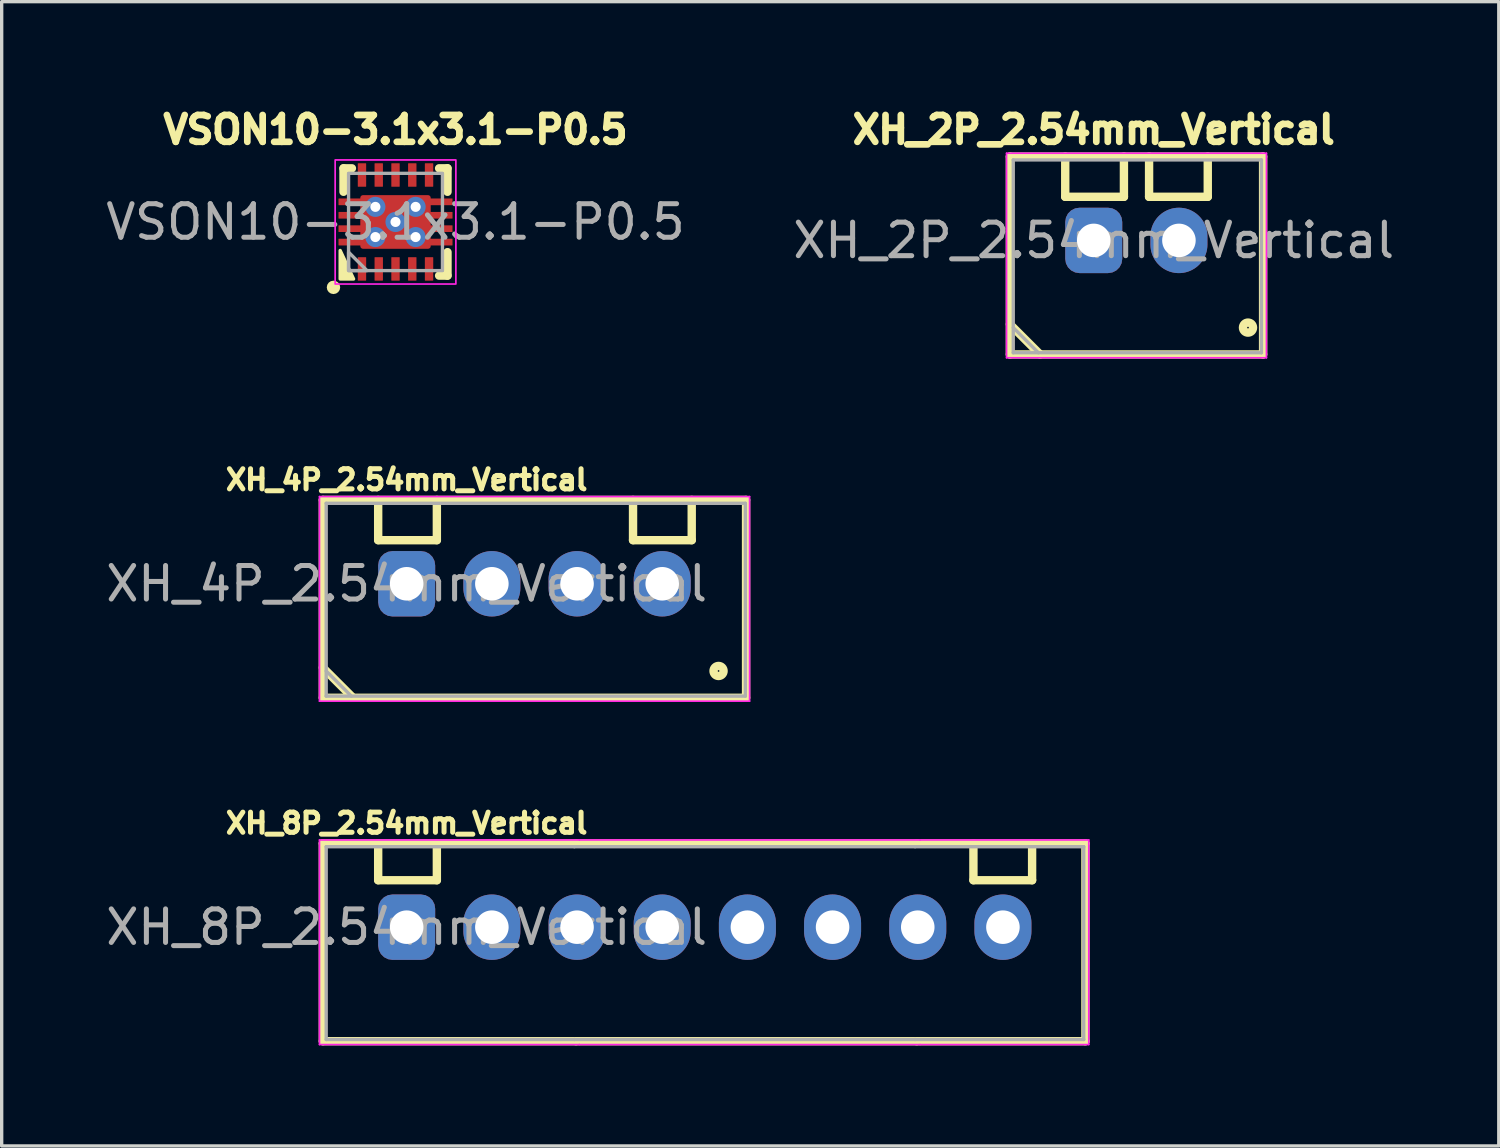
<source format=kicad_pcb>
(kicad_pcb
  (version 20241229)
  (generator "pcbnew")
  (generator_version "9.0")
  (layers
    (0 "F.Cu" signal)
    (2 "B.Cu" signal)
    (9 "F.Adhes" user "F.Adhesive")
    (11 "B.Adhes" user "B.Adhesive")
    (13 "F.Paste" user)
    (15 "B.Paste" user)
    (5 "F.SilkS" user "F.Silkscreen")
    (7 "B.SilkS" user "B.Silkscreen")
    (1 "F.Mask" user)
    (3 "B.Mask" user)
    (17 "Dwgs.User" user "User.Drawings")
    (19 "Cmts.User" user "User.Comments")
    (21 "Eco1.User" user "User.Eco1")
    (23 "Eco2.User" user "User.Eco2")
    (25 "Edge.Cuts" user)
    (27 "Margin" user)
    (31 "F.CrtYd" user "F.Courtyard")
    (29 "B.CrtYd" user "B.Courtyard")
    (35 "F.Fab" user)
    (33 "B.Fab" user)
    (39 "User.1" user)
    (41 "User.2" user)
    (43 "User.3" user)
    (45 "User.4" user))
  (footprint "XH_8P_2.54mm_Vertical"
    (layer "F.Cu")
    (at 9.077 24.598)
    (property "Reference" "XH_8P_2.54mm_Vertical" (at 0 -3.1 0) (unlocked yes) (layer "F.SilkS") (effects (font (size 0.6 0.6) (thickness 0.15))))
    (attr through_hole)
    (fp_line (start -2.5 -2.5) (end 5.05 -2.5) (stroke (width 0.25) (type solid)) (layer "F.SilkS"))
    (fp_line (start -2.5 3.4) (end -2.5 -2.5) (stroke (width 0.25) (type solid)) (layer "F.SilkS"))
    (fp_line (start -2.5 3.4) (end 5.05 3.4) (stroke (width 0.25) (type solid)) (layer "F.SilkS"))
    (fp_line (start -0.85 -2.5) (end -0.85 -1.4) (stroke (width 0.25) (type solid)) (layer "F.SilkS"))
    (fp_line (start -0.85 -1.4) (end 0.9 -1.4) (stroke (width 0.25) (type solid)) (layer "F.SilkS"))
    (fp_line (start 0.9 -1.4) (end 0.9 -2.5) (stroke (width 0.25) (type solid)) (layer "F.SilkS"))
    (fp_line (start 5.05 -2.5) (end 15.21 -2.5) (stroke (width 0.25) (type solid)) (layer "F.SilkS"))
    (fp_line (start 5.05 3.4) (end 15.21 3.4) (stroke (width 0.25) (type solid)) (layer "F.SilkS"))
    (fp_line (start 15.21 -2.5) (end 20.24 -2.5) (stroke (width 0.25) (type solid)) (layer "F.SilkS"))
    (fp_line (start 15.21 3.4) (end 20.24 3.4) (stroke (width 0.25) (type solid)) (layer "F.SilkS"))
    (fp_line (start 16.9 -2.5) (end 16.9 -1.4) (stroke (width 0.25) (type solid)) (layer "F.SilkS"))
    (fp_line (start 16.9 -1.4) (end 18.65 -1.4) (stroke (width 0.25) (type solid)) (layer "F.SilkS"))
    (fp_line (start 18.65 -1.4) (end 18.65 -2.5) (stroke (width 0.25) (type solid)) (layer "F.SilkS"))
    (fp_line (start 20.24 3.4) (end 20.24 -2.5) (stroke (width 0.25) (type solid)) (layer "F.SilkS"))
    (fp_line (start -2.6 -2.6) (end -2.6 3.5) (stroke (width 0.05) (type solid)) (layer "F.CrtYd"))
    (fp_line (start -2.6 -2.6) (end 5.15 -2.6) (stroke (width 0.05) (type solid)) (layer "F.CrtYd"))
    (fp_line (start -2.6 3.5) (end 5.15 3.5) (stroke (width 0.05) (type solid)) (layer "F.CrtYd"))
    (fp_line (start 5.15 -2.6) (end 15.31 -2.6) (stroke (width 0.05) (type solid)) (layer "F.CrtYd"))
    (fp_line (start 5.15 3.5) (end 15.31 3.5) (stroke (width 0.05) (type solid)) (layer "F.CrtYd"))
    (fp_line (start 15.31 -2.6) (end 20.34 -2.6) (stroke (width 0.05) (type solid)) (layer "F.CrtYd"))
    (fp_line (start 15.31 3.5) (end 20.34 3.5) (stroke (width 0.05) (type solid)) (layer "F.CrtYd"))
    (fp_line (start 20.34 -2.6) (end 20.34 3.5) (stroke (width 0.05) (type solid)) (layer "F.CrtYd"))
    (fp_line (start -2.4 3.35) (end -2.4 -2.4) (stroke (width 0.1) (type solid)) (layer "F.Fab"))
    (fp_line (start 5 -2.4) (end -2.4 -2.4) (stroke (width 0.1) (type solid)) (layer "F.Fab"))
    (fp_line (start 5 -2.4) (end 15.16 -2.4) (stroke (width 0.1) (type solid)) (layer "F.Fab"))
    (fp_line (start 5 3.35) (end -2.4 3.35) (stroke (width 0.1) (type solid)) (layer "F.Fab"))
    (fp_line (start 5 3.35) (end 15.16 3.35) (stroke (width 0.1) (type solid)) (layer "F.Fab"))
    (fp_line (start 15.16 -2.4) (end 20.19 -2.4) (stroke (width 0.1) (type solid)) (layer "F.Fab"))
    (fp_line (start 15.16 3.35) (end 20.19 3.35) (stroke (width 0.1) (type solid)) (layer "F.Fab"))
    (fp_line (start 20.19 3.35) (end 20.19 -2.4) (stroke (width 0.1) (type solid)) (layer "F.Fab"))
    (fp_text user "${REFERENCE}" (at 0 0 0) (unlocked yes) (layer "F.Fab") (effects (font (size 1 1) (thickness 0.15))))
    (pad "1" thru_hole roundrect (at 0 0 90) (size 1.95 1.7) (drill 1) (layers "*.Cu" "*.Mask") (roundrect_rratio 0.25))
    (pad "2" thru_hole oval (at 2.54 0 90) (size 1.95 1.7) (drill 1) (layers "*.Cu" "*.Mask"))
    (pad "3" thru_hole oval (at 5.08 0 90) (size 1.95 1.7) (drill 1) (layers "*.Cu" "*.Mask"))
    (pad "4" thru_hole oval (at 7.62 0 90) (size 1.95 1.7) (drill 1) (layers "*.Cu" "*.Mask"))
    (pad "5" thru_hole oval (at 10.16 0 90) (size 1.95 1.7) (drill 1) (layers "*.Cu" "*.Mask"))
    (pad "6" thru_hole oval (at 12.7 0 90) (size 1.95 1.7) (drill 1) (layers "*.Cu" "*.Mask"))
    (pad "7" thru_hole oval (at 15.24 0 90) (size 1.95 1.7) (drill 1) (layers "*.Cu" "*.Mask"))
    (pad "8" thru_hole oval (at 17.78 0 90) (size 1.95 1.7) (drill 1) (layers "*.Cu" "*.Mask")))
  (footprint "VSON10-3.1x3.1-P0.5"
    (layer "F.Cu")
    (at 8.744 3.569)
    (property "Reference" "VSON10-3.1x3.1-P0.5" (at 0 -2.75 0) (unlocked yes) (layer "F.SilkS") (effects (font (size 0.8 0.8) (thickness 0.2) (bold yes))))
    (attr smd)
    (fp_line (start -1.55 -1.6) (end -1.3 -1.6) (stroke (width 0.25) (type default)) (layer "F.SilkS"))
    (fp_line (start -1.55 -0.9) (end -1.55 -1.6) (stroke (width 0.25) (type default)) (layer "F.SilkS"))
    (fp_line (start 1.55 -1.6) (end 1.3 -1.6) (stroke (width 0.25) (type default)) (layer "F.SilkS"))
    (fp_line (start 1.55 -0.9) (end 1.55 -1.6) (stroke (width 0.25) (type default)) (layer "F.SilkS"))
    (fp_line (start 1.55 0.9) (end 1.55 1.6) (stroke (width 0.25) (type default)) (layer "F.SilkS"))
    (fp_line (start 1.55 1.6) (end 1.3 1.6) (stroke (width 0.25) (type default)) (layer "F.SilkS"))
    (fp_circle (center -1.85 1.95) (end -1.85 1.85) (stroke (width 0.2) (type default)) (fill no) (layer "F.SilkS"))
    (fp_poly (pts (xy -1.65 0.85) (xy -1.65 1.7) (xy -1.25 1.7)) (stroke (width 0.1) (type solid)) (fill yes) (layer "F.SilkS"))
    (fp_rect (start -1.8 1.85) (end 1.8 -1.85) (stroke (width 0.05) (type default)) (fill no) (layer "F.CrtYd"))
    (fp_rect (start -1.4 1.45) (end 1.4 -1.45) (stroke (width 0.1) (type default)) (fill no) (layer "F.Fab"))
    (fp_poly (pts (xy -1.4 0.9) (xy -1.4 1.45) (xy -0.85 1.45)) (stroke (width 0.1) (type solid)) (fill no) (layer "F.Fab"))
    (fp_text user "${REFERENCE}" (at 0 0 0) (unlocked yes) (layer "F.Fab") (effects (font (size 1 1) (thickness 0.15))))
    (pad "1" smd roundrect (at -1 1.4 90) (size 0.7 0.25) (layers "F.Cu" "F.Mask" "F.Paste") (roundrect_rratio 0.05))
    (pad "2" smd roundrect (at -0.5 1.4 90) (size 0.7 0.25) (layers "F.Cu" "F.Mask" "F.Paste") (roundrect_rratio 0.05))
    (pad "3" smd roundrect (at 0 1.4 90) (size 0.7 0.25) (layers "F.Cu" "F.Mask" "F.Paste") (roundrect_rratio 0.05))
    (pad "4" smd roundrect (at 0.5 1.4 90) (size 0.7 0.25) (layers "F.Cu" "F.Mask" "F.Paste") (roundrect_rratio 0.05))
    (pad "5" smd roundrect (at 1 1.4 90) (size 0.7 0.25) (layers "F.Cu" "F.Mask" "F.Paste") (roundrect_rratio 0.05))
    (pad "6" smd roundrect (at 1 -1.4 90) (size 0.7 0.25) (layers "F.Cu" "F.Mask" "F.Paste") (roundrect_rratio 0.05))
    (pad "7" smd roundrect (at 0.5 -1.4 90) (size 0.7 0.25) (layers "F.Cu" "F.Mask" "F.Paste") (roundrect_rratio 0.05))
    (pad "8" smd roundrect (at 0 -1.4 90) (size 0.7 0.25) (layers "F.Cu" "F.Mask" "F.Paste") (roundrect_rratio 0.05))
    (pad "9" smd roundrect (at -0.5 -1.4 90) (size 0.7 0.25) (layers "F.Cu" "F.Mask" "F.Paste") (roundrect_rratio 0.05))
    (pad "10" smd roundrect (at -1 -1.4 90) (size 0.7 0.25) (layers "F.Cu" "F.Mask" "F.Paste") (roundrect_rratio 0.05))
    (pad "11" smd roundrect (at -1.3 -0.6 90) (size 0.2 0.8) (layers "F.Cu" "F.Mask" "F.Paste") (roundrect_rratio 0.05))
    (pad "11" smd roundrect (at -1.3 -0.2 90) (size 0.2 0.8) (layers "F.Cu" "F.Mask" "F.Paste") (roundrect_rratio 0.05))
    (pad "11" smd roundrect (at -1.3 0.2 90) (size 0.2 0.8) (layers "F.Cu" "F.Mask" "F.Paste") (roundrect_rratio 0.05))
    (pad "11" smd roundrect (at -1.3 0.6 90) (size 0.2 0.8) (layers "F.Cu" "F.Mask" "F.Paste") (roundrect_rratio 0.05))
    (pad "11" thru_hole circle (at -0.6 -0.45 90) (size 0.6 0.6) (drill 0.3) (layers "*.Cu" "*.Mask"))
    (pad "11" thru_hole circle (at -0.6 0.45 90) (size 0.6 0.6) (drill 0.3) (layers "*.Cu" "*.Mask"))
    (pad "11" thru_hole circle (at 0 0 90) (size 0.6 0.6) (drill 0.3) (layers "*.Cu" "*.Mask"))
    (pad "11" smd roundrect (at 0 0 90) (size 1.6 2.1) (layers "F.Cu" "F.Mask" "F.Paste") (roundrect_rratio 0.05))
    (pad "11" thru_hole circle (at 0.6 -0.45 90) (size 0.6 0.6) (drill 0.3) (layers "*.Cu" "*.Mask"))
    (pad "11" thru_hole circle (at 0.6 0.45 90) (size 0.6 0.6) (drill 0.3) (layers "*.Cu" "*.Mask"))
    (pad "11" smd roundrect (at 1.3 -0.6 90) (size 0.2 0.8) (layers "F.Cu" "F.Mask" "F.Paste") (roundrect_rratio 0.05))
    (pad "11" smd roundrect (at 1.3 -0.2 90) (size 0.2 0.8) (layers "F.Cu" "F.Mask" "F.Paste") (roundrect_rratio 0.05))
    (pad "11" smd roundrect (at 1.3 0.2 90) (size 0.2 0.8) (layers "F.Cu" "F.Mask" "F.Paste") (roundrect_rratio 0.05))
    (pad "11" smd roundrect (at 1.3 0.6 90) (size 0.2 0.8) (layers "F.Cu" "F.Mask" "F.Paste") (roundrect_rratio 0.05)))
  (footprint "XH_2P_2.54mm_Vertical"
    (layer "F.Cu")
    (at 29.565 4.119)
    (property "Reference" "XH_2P_2.54mm_Vertical" (at 0 -3.3 0) (unlocked yes) (layer "F.SilkS") (effects (font (size 0.8 0.8) (thickness 0.2) (bold yes))))
    (attr through_hole)
    (fp_line (start -2.5 -2.5) (end 5.05 -2.5) (stroke (width 0.25) (type solid)) (layer "F.SilkS"))
    (fp_line (start -2.5 2.5) (end -1.6 3.4) (stroke (width 0.25) (type solid)) (layer "F.SilkS"))
    (fp_line (start -2.5 3.4) (end -2.5 -2.5) (stroke (width 0.25) (type solid)) (layer "F.SilkS"))
    (fp_line (start -2.5 3.4) (end 5.05 3.4) (stroke (width 0.25) (type solid)) (layer "F.SilkS"))
    (fp_line (start -0.85 -2.5) (end -0.85 -1.3) (stroke (width 0.25) (type solid)) (layer "F.SilkS"))
    (fp_line (start -0.85 -1.3) (end 0.9 -1.3) (stroke (width 0.25) (type solid)) (layer "F.SilkS"))
    (fp_line (start 0.9 -1.3) (end 0.9 -2.5) (stroke (width 0.25) (type solid)) (layer "F.SilkS"))
    (fp_line (start 1.65 -2.5) (end 1.65 -1.3) (stroke (width 0.25) (type solid)) (layer "F.SilkS"))
    (fp_line (start 1.65 -1.3) (end 3.4 -1.3) (stroke (width 0.25) (type solid)) (layer "F.SilkS"))
    (fp_line (start 3.4 -1.3) (end 3.4 -2.5) (stroke (width 0.25) (type solid)) (layer "F.SilkS"))
    (fp_line (start 5.05 3.4) (end 5.05 -2.5) (stroke (width 0.25) (type solid)) (layer "F.SilkS"))
    (fp_circle (center 4.6 2.6) (end 4.6 2.45) (stroke (width 0.25) (type solid)) (fill no) (layer "F.SilkS"))
    (fp_line (start -2.6 -2.6) (end -2.6 3.5) (stroke (width 0.05) (type solid)) (layer "F.CrtYd"))
    (fp_line (start -2.6 -2.6) (end 5.15 -2.6) (stroke (width 0.05) (type solid)) (layer "F.CrtYd"))
    (fp_line (start -2.6 3.5) (end 5.15 3.5) (stroke (width 0.05) (type solid)) (layer "F.CrtYd"))
    (fp_line (start 5.15 -2.6) (end 5.15 3.5) (stroke (width 0.05) (type solid)) (layer "F.CrtYd"))
    (fp_line (start -2.4 2.6) (end -1.65 3.35) (stroke (width 0.1) (type solid)) (layer "F.Fab"))
    (fp_line (start -2.4 3.35) (end -2.4 -2.4) (stroke (width 0.1) (type solid)) (layer "F.Fab"))
    (fp_line (start 5 -2.4) (end -2.4 -2.4) (stroke (width 0.1) (type solid)) (layer "F.Fab"))
    (fp_line (start 5 3.35) (end -2.4 3.35) (stroke (width 0.1) (type solid)) (layer "F.Fab"))
    (fp_line (start 5 3.35) (end 5 -2.4) (stroke (width 0.1) (type solid)) (layer "F.Fab"))
    (fp_text user "${REFERENCE}" (at 0 0 0) (unlocked yes) (layer "F.Fab") (effects (font (size 1 1) (thickness 0.15))))
    (pad "1" thru_hole roundrect (at 0 0 90) (size 1.95 1.7) (drill 1) (layers "*.Cu" "*.Mask") (roundrect_rratio 0.25))
    (pad "2" thru_hole oval (at 2.54 0 90) (size 1.95 1.7) (drill 1) (layers "*.Cu" "*.Mask")))
  (footprint "XH_4P_2.54mm_Vertical"
    (layer "F.Cu")
    (at 9.077 14.358)
    (property "Reference" "XH_4P_2.54mm_Vertical" (at 0 -3.1 0) (unlocked yes) (layer "F.SilkS") (effects (font (size 0.6 0.6) (thickness 0.15))))
    (attr through_hole)
    (fp_line (start -2.5 -2.5) (end 10.12 -2.5) (stroke (width 0.25) (type solid)) (layer "F.SilkS"))
    (fp_line (start -2.5 2.5) (end -1.6 3.4) (stroke (width 0.25) (type solid)) (layer "F.SilkS"))
    (fp_line (start -2.5 3.4) (end -2.5 -2.5) (stroke (width 0.25) (type solid)) (layer "F.SilkS"))
    (fp_line (start -2.5 3.4) (end 10.12 3.4) (stroke (width 0.25) (type solid)) (layer "F.SilkS"))
    (fp_line (start -0.85 -2.5) (end -0.85 -1.3) (stroke (width 0.25) (type solid)) (layer "F.SilkS"))
    (fp_line (start -0.85 -1.3) (end 0.9 -1.3) (stroke (width 0.25) (type solid)) (layer "F.SilkS"))
    (fp_line (start 0.9 -1.3) (end 0.9 -2.5) (stroke (width 0.25) (type solid)) (layer "F.SilkS"))
    (fp_line (start 6.75 -2.5) (end 6.75 -1.3) (stroke (width 0.25) (type solid)) (layer "F.SilkS"))
    (fp_line (start 6.75 -1.3) (end 8.5 -1.3) (stroke (width 0.25) (type solid)) (layer "F.SilkS"))
    (fp_line (start 8.5 -1.3) (end 8.5 -2.5) (stroke (width 0.25) (type solid)) (layer "F.SilkS"))
    (fp_line (start 10.12 3.4) (end 10.12 -2.5) (stroke (width 0.25) (type solid)) (layer "F.SilkS"))
    (fp_circle (center 9.3 2.6) (end 9.45 2.6) (stroke (width 0.25) (type solid)) (fill no) (layer "F.SilkS"))
    (fp_line (start -2.6 -2.6) (end -2.6 3.5) (stroke (width 0.05) (type solid)) (layer "F.CrtYd"))
    (fp_line (start -2.6 -2.6) (end 10.225 -2.6) (stroke (width 0.05) (type solid)) (layer "F.CrtYd"))
    (fp_line (start -2.6 3.5) (end 10.225 3.5) (stroke (width 0.05) (type solid)) (layer "F.CrtYd"))
    (fp_line (start 10.225 -2.6) (end 10.225 3.5) (stroke (width 0.05) (type solid)) (layer "F.CrtYd"))
    (fp_line (start -2.4 2.6) (end -1.65 3.35) (stroke (width 0.1) (type solid)) (layer "F.Fab"))
    (fp_line (start -2.4 3.35) (end -2.4 -2.4) (stroke (width 0.1) (type solid)) (layer "F.Fab"))
    (fp_line (start 10.1 -2.4) (end -2.4 -2.4) (stroke (width 0.1) (type solid)) (layer "F.Fab"))
    (fp_line (start 10.1 3.35) (end -2.4 3.35) (stroke (width 0.1) (type solid)) (layer "F.Fab"))
    (fp_line (start 10.1 3.35) (end 10.1 -2.4) (stroke (width 0.1) (type solid)) (layer "F.Fab"))
    (fp_text user "${REFERENCE}" (at 0 0 0) (unlocked yes) (layer "F.Fab") (effects (font (size 1 1) (thickness 0.15))))
    (pad "1" thru_hole roundrect (at 0 0 90) (size 1.95 1.7) (drill 1) (layers "*.Cu" "*.Mask") (roundrect_rratio 0.25))
    (pad "2" thru_hole oval (at 2.54 0 90) (size 1.95 1.7) (drill 1) (layers "*.Cu" "*.Mask"))
    (pad "3" thru_hole oval (at 5.08 0 90) (size 1.95 1.7) (drill 1) (layers "*.Cu" "*.Mask"))
    (pad "4" thru_hole oval (at 7.62 0 90) (size 1.95 1.7) (drill 1) (layers "*.Cu" "*.Mask")))
  (gr_rect
    (start -3 -3)
    (end 41.643 31.122)
    (stroke (width 0.1) (type default))
    (fill no)
    (layer "Edge.Cuts")))
</source>
